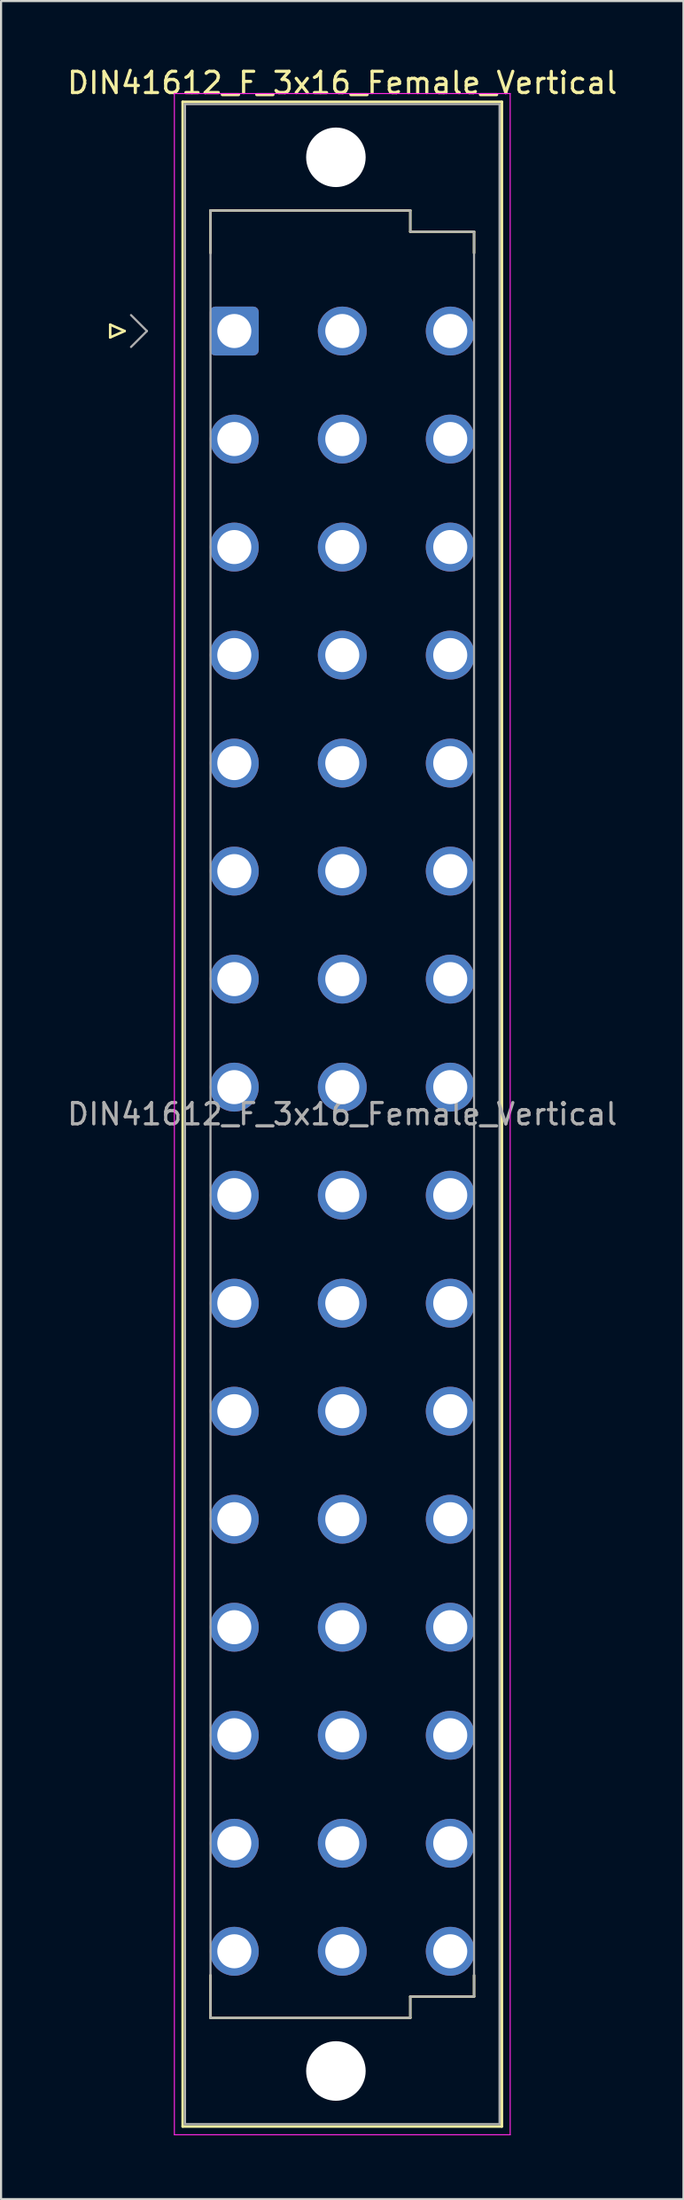
<source format=kicad_pcb>
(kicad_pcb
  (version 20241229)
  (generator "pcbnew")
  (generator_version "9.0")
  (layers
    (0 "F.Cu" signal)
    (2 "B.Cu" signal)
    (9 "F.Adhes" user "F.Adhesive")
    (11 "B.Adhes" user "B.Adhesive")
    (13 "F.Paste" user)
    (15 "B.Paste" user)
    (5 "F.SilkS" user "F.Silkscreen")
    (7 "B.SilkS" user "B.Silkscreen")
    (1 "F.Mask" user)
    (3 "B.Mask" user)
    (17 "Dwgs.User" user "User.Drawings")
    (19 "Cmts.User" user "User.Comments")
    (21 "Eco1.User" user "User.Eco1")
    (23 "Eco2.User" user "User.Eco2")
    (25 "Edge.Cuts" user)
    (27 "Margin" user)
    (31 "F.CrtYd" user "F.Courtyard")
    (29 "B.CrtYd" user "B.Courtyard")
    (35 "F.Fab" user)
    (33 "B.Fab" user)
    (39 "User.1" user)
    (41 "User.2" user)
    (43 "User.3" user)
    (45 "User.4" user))
  (footprint "DIN41612_F_3x16_Female_Vertical"
    (layer "F.Cu")
    (at 10.514 9.978)
    (property "Reference" "DIN41612_F_3x16_Female_Vertical" (at 2.54 -9.13 0) (layer "F.SilkS") (effects (font (size 1 1) (thickness 0.15))))
    (attr through_hole)
    (fp_line (start -8.38 2.24) (end -8.38 2.84) (stroke (width 0.12) (type solid)) (layer "F.SilkS"))
    (fp_line (start -8.38 2.84) (end -7.7 2.54) (stroke (width 0.12) (type solid)) (layer "F.SilkS"))
    (fp_line (start -7.7 2.54) (end -8.38 2.24) (stroke (width 0.12) (type solid)) (layer "F.SilkS"))
    (fp_line (start -4.97 -8.24) (end 10.05 -8.24) (stroke (width 0.12) (type solid)) (layer "F.SilkS"))
    (fp_line (start -4.97 86.98) (end -4.97 -8.24) (stroke (width 0.12) (type solid)) (layer "F.SilkS"))
    (fp_line (start -3.66 -3.13) (end 5.74 -3.13) (stroke (width 0.12) (type solid)) (layer "F.SilkS"))
    (fp_line (start -3.66 -1.13) (end -3.66 -3.13) (stroke (width 0.12) (type solid)) (layer "F.SilkS"))
    (fp_line (start -3.66 79.87) (end -3.66 81.87) (stroke (width 0.12) (type solid)) (layer "F.SilkS"))
    (fp_line (start -3.66 81.87) (end 5.74 81.87) (stroke (width 0.12) (type solid)) (layer "F.SilkS"))
    (fp_line (start 5.74 -3.13) (end 5.74 -2.13) (stroke (width 0.12) (type solid)) (layer "F.SilkS"))
    (fp_line (start 5.74 -2.13) (end 8.74 -2.13) (stroke (width 0.12) (type solid)) (layer "F.SilkS"))
    (fp_line (start 5.74 80.87) (end 8.74 80.87) (stroke (width 0.12) (type solid)) (layer "F.SilkS"))
    (fp_line (start 5.74 81.87) (end 5.74 80.87) (stroke (width 0.12) (type solid)) (layer "F.SilkS"))
    (fp_line (start 8.74 -2.13) (end 8.74 -1.13) (stroke (width 0.12) (type solid)) (layer "F.SilkS"))
    (fp_line (start 8.74 80.87) (end 8.74 79.87) (stroke (width 0.12) (type solid)) (layer "F.SilkS"))
    (fp_line (start 10.05 -8.24) (end 10.05 86.98) (stroke (width 0.12) (type solid)) (layer "F.SilkS"))
    (fp_line (start 10.05 86.98) (end -4.97 86.98) (stroke (width 0.12) (type solid)) (layer "F.SilkS"))
    (fp_line (start -5.36 -8.63) (end 10.44 -8.63) (stroke (width 0.05) (type solid)) (layer "F.CrtYd"))
    (fp_line (start -5.36 87.37) (end -5.36 -8.63) (stroke (width 0.05) (type solid)) (layer "F.CrtYd"))
    (fp_line (start 10.44 -8.63) (end 10.44 87.37) (stroke (width 0.05) (type solid)) (layer "F.CrtYd"))
    (fp_line (start 10.44 87.37) (end -5.36 87.37) (stroke (width 0.05) (type solid)) (layer "F.CrtYd"))
    (fp_line (start -7.4 1.79) (end -6.65 2.54) (stroke (width 0.1) (type solid)) (layer "F.Fab"))
    (fp_line (start -6.65 2.54) (end -7.4 3.29) (stroke (width 0.1) (type solid)) (layer "F.Fab"))
    (fp_line (start -4.86 -8.13) (end 9.94 -8.13) (stroke (width 0.1) (type solid)) (layer "F.Fab"))
    (fp_line (start -4.86 86.87) (end -4.86 -8.13) (stroke (width 0.1) (type solid)) (layer "F.Fab"))
    (fp_line (start -3.66 -3.13) (end 5.74 -3.13) (stroke (width 0.1) (type solid)) (layer "F.Fab"))
    (fp_line (start -3.66 81.87) (end -3.66 -3.13) (stroke (width 0.1) (type solid)) (layer "F.Fab"))
    (fp_line (start 5.74 -3.13) (end 5.74 -2.13) (stroke (width 0.1) (type solid)) (layer "F.Fab"))
    (fp_line (start 5.74 -2.13) (end 8.74 -2.13) (stroke (width 0.1) (type solid)) (layer "F.Fab"))
    (fp_line (start 5.74 80.87) (end 5.74 81.87) (stroke (width 0.1) (type solid)) (layer "F.Fab"))
    (fp_line (start 5.74 81.87) (end -3.66 81.87) (stroke (width 0.1) (type solid)) (layer "F.Fab"))
    (fp_line (start 8.74 -2.13) (end 8.74 80.87) (stroke (width 0.1) (type solid)) (layer "F.Fab"))
    (fp_line (start 8.74 80.87) (end 5.74 80.87) (stroke (width 0.1) (type solid)) (layer "F.Fab"))
    (fp_line (start 9.94 -8.13) (end 9.94 86.87) (stroke (width 0.1) (type solid)) (layer "F.Fab"))
    (fp_line (start 9.94 86.87) (end -4.86 86.87) (stroke (width 0.1) (type solid)) (layer "F.Fab"))
    (fp_text user "${REFERENCE}" (at 2.54 39.37 0) (layer "F.Fab") (effects (font (size 1 1) (thickness 0.15))))
    (pad "" np_thru_hole circle (at 2.24 -5.63) (size 2.8 2.8) (drill 2.8) (layers "*.Cu" "*.Mask"))
    (pad "" np_thru_hole circle (at 2.24 84.37) (size 2.8 2.8) (drill 2.8) (layers "*.Cu" "*.Mask"))
    (pad "b2" thru_hole circle (at 2.54 2.54) (size 2.3 2.3) (drill 1.6) (layers "*.Cu" "*.Mask"))
    (pad "b4" thru_hole circle (at 2.54 7.62) (size 2.3 2.3) (drill 1.6) (layers "*.Cu" "*.Mask"))
    (pad "b6" thru_hole circle (at 2.54 12.7) (size 2.3 2.3) (drill 1.6) (layers "*.Cu" "*.Mask"))
    (pad "b8" thru_hole circle (at 2.54 17.78) (size 2.3 2.3) (drill 1.6) (layers "*.Cu" "*.Mask"))
    (pad "b10" thru_hole circle (at 2.54 22.86) (size 2.3 2.3) (drill 1.6) (layers "*.Cu" "*.Mask"))
    (pad "b12" thru_hole circle (at 2.54 27.94) (size 2.3 2.3) (drill 1.6) (layers "*.Cu" "*.Mask"))
    (pad "b14" thru_hole circle (at 2.54 33.02) (size 2.3 2.3) (drill 1.6) (layers "*.Cu" "*.Mask"))
    (pad "b16" thru_hole circle (at 2.54 38.1) (size 2.3 2.3) (drill 1.6) (layers "*.Cu" "*.Mask"))
    (pad "b18" thru_hole circle (at 2.54 43.18) (size 2.3 2.3) (drill 1.6) (layers "*.Cu" "*.Mask"))
    (pad "b20" thru_hole circle (at 2.54 48.26) (size 2.3 2.3) (drill 1.6) (layers "*.Cu" "*.Mask"))
    (pad "b22" thru_hole circle (at 2.54 53.34) (size 2.3 2.3) (drill 1.6) (layers "*.Cu" "*.Mask"))
    (pad "b24" thru_hole circle (at 2.54 58.42) (size 2.3 2.3) (drill 1.6) (layers "*.Cu" "*.Mask"))
    (pad "b26" thru_hole circle (at 2.54 63.5) (size 2.3 2.3) (drill 1.6) (layers "*.Cu" "*.Mask"))
    (pad "b28" thru_hole circle (at 2.54 68.58) (size 2.3 2.3) (drill 1.6) (layers "*.Cu" "*.Mask"))
    (pad "b30" thru_hole circle (at 2.54 73.66) (size 2.3 2.3) (drill 1.6) (layers "*.Cu" "*.Mask"))
    (pad "b32" thru_hole circle (at 2.54 78.74) (size 2.3 2.3) (drill 1.6) (layers "*.Cu" "*.Mask"))
    (pad "d2" thru_hole circle (at 7.62 2.54) (size 2.3 2.3) (drill 1.6) (layers "*.Cu" "*.Mask"))
    (pad "d4" thru_hole circle (at 7.62 7.62) (size 2.3 2.3) (drill 1.6) (layers "*.Cu" "*.Mask"))
    (pad "d6" thru_hole circle (at 7.62 12.7) (size 2.3 2.3) (drill 1.6) (layers "*.Cu" "*.Mask"))
    (pad "d8" thru_hole circle (at 7.62 17.78) (size 2.3 2.3) (drill 1.6) (layers "*.Cu" "*.Mask"))
    (pad "d10" thru_hole circle (at 7.62 22.86) (size 2.3 2.3) (drill 1.6) (layers "*.Cu" "*.Mask"))
    (pad "d12" thru_hole circle (at 7.62 27.94) (size 2.3 2.3) (drill 1.6) (layers "*.Cu" "*.Mask"))
    (pad "d14" thru_hole circle (at 7.62 33.02) (size 2.3 2.3) (drill 1.6) (layers "*.Cu" "*.Mask"))
    (pad "d16" thru_hole circle (at 7.62 38.1) (size 2.3 2.3) (drill 1.6) (layers "*.Cu" "*.Mask"))
    (pad "d18" thru_hole circle (at 7.62 43.18) (size 2.3 2.3) (drill 1.6) (layers "*.Cu" "*.Mask"))
    (pad "d20" thru_hole circle (at 7.62 48.26) (size 2.3 2.3) (drill 1.6) (layers "*.Cu" "*.Mask"))
    (pad "d22" thru_hole circle (at 7.62 53.34) (size 2.3 2.3) (drill 1.6) (layers "*.Cu" "*.Mask"))
    (pad "d24" thru_hole circle (at 7.62 58.42) (size 2.3 2.3) (drill 1.6) (layers "*.Cu" "*.Mask"))
    (pad "d26" thru_hole circle (at 7.62 63.5) (size 2.3 2.3) (drill 1.6) (layers "*.Cu" "*.Mask"))
    (pad "d28" thru_hole circle (at 7.62 68.58) (size 2.3 2.3) (drill 1.6) (layers "*.Cu" "*.Mask"))
    (pad "d30" thru_hole circle (at 7.62 73.66) (size 2.3 2.3) (drill 1.6) (layers "*.Cu" "*.Mask"))
    (pad "d32" thru_hole circle (at 7.62 78.74) (size 2.3 2.3) (drill 1.6) (layers "*.Cu" "*.Mask"))
    (pad "z2" thru_hole roundrect (at -2.54 2.54) (size 2.3 2.3) (drill 1.6) (layers "*.Cu" "*.Mask") (roundrect_rratio 0.109))
    (pad "z4" thru_hole circle (at -2.54 7.62) (size 2.3 2.3) (drill 1.6) (layers "*.Cu" "*.Mask"))
    (pad "z6" thru_hole circle (at -2.54 12.7) (size 2.3 2.3) (drill 1.6) (layers "*.Cu" "*.Mask"))
    (pad "z8" thru_hole circle (at -2.54 17.78) (size 2.3 2.3) (drill 1.6) (layers "*.Cu" "*.Mask"))
    (pad "z10" thru_hole circle (at -2.54 22.86) (size 2.3 2.3) (drill 1.6) (layers "*.Cu" "*.Mask"))
    (pad "z12" thru_hole circle (at -2.54 27.94) (size 2.3 2.3) (drill 1.6) (layers "*.Cu" "*.Mask"))
    (pad "z14" thru_hole circle (at -2.54 33.02) (size 2.3 2.3) (drill 1.6) (layers "*.Cu" "*.Mask"))
    (pad "z16" thru_hole circle (at -2.54 38.1) (size 2.3 2.3) (drill 1.6) (layers "*.Cu" "*.Mask"))
    (pad "z18" thru_hole circle (at -2.54 43.18) (size 2.3 2.3) (drill 1.6) (layers "*.Cu" "*.Mask"))
    (pad "z20" thru_hole circle (at -2.54 48.26) (size 2.3 2.3) (drill 1.6) (layers "*.Cu" "*.Mask"))
    (pad "z22" thru_hole circle (at -2.54 53.34) (size 2.3 2.3) (drill 1.6) (layers "*.Cu" "*.Mask"))
    (pad "z24" thru_hole circle (at -2.54 58.42) (size 2.3 2.3) (drill 1.6) (layers "*.Cu" "*.Mask"))
    (pad "z26" thru_hole circle (at -2.54 63.5) (size 2.3 2.3) (drill 1.6) (layers "*.Cu" "*.Mask"))
    (pad "z28" thru_hole circle (at -2.54 68.58) (size 2.3 2.3) (drill 1.6) (layers "*.Cu" "*.Mask"))
    (pad "z30" thru_hole circle (at -2.54 73.66) (size 2.3 2.3) (drill 1.6) (layers "*.Cu" "*.Mask"))
    (pad "z32" thru_hole circle (at -2.54 78.74) (size 2.3 2.3) (drill 1.6) (layers "*.Cu" "*.Mask")))
  (gr_rect
    (start -3 -3)
    (end 29.107 100.373)
    (stroke (width 0.1) (type default))
    (fill no)
    (layer "Edge.Cuts")))
</source>
